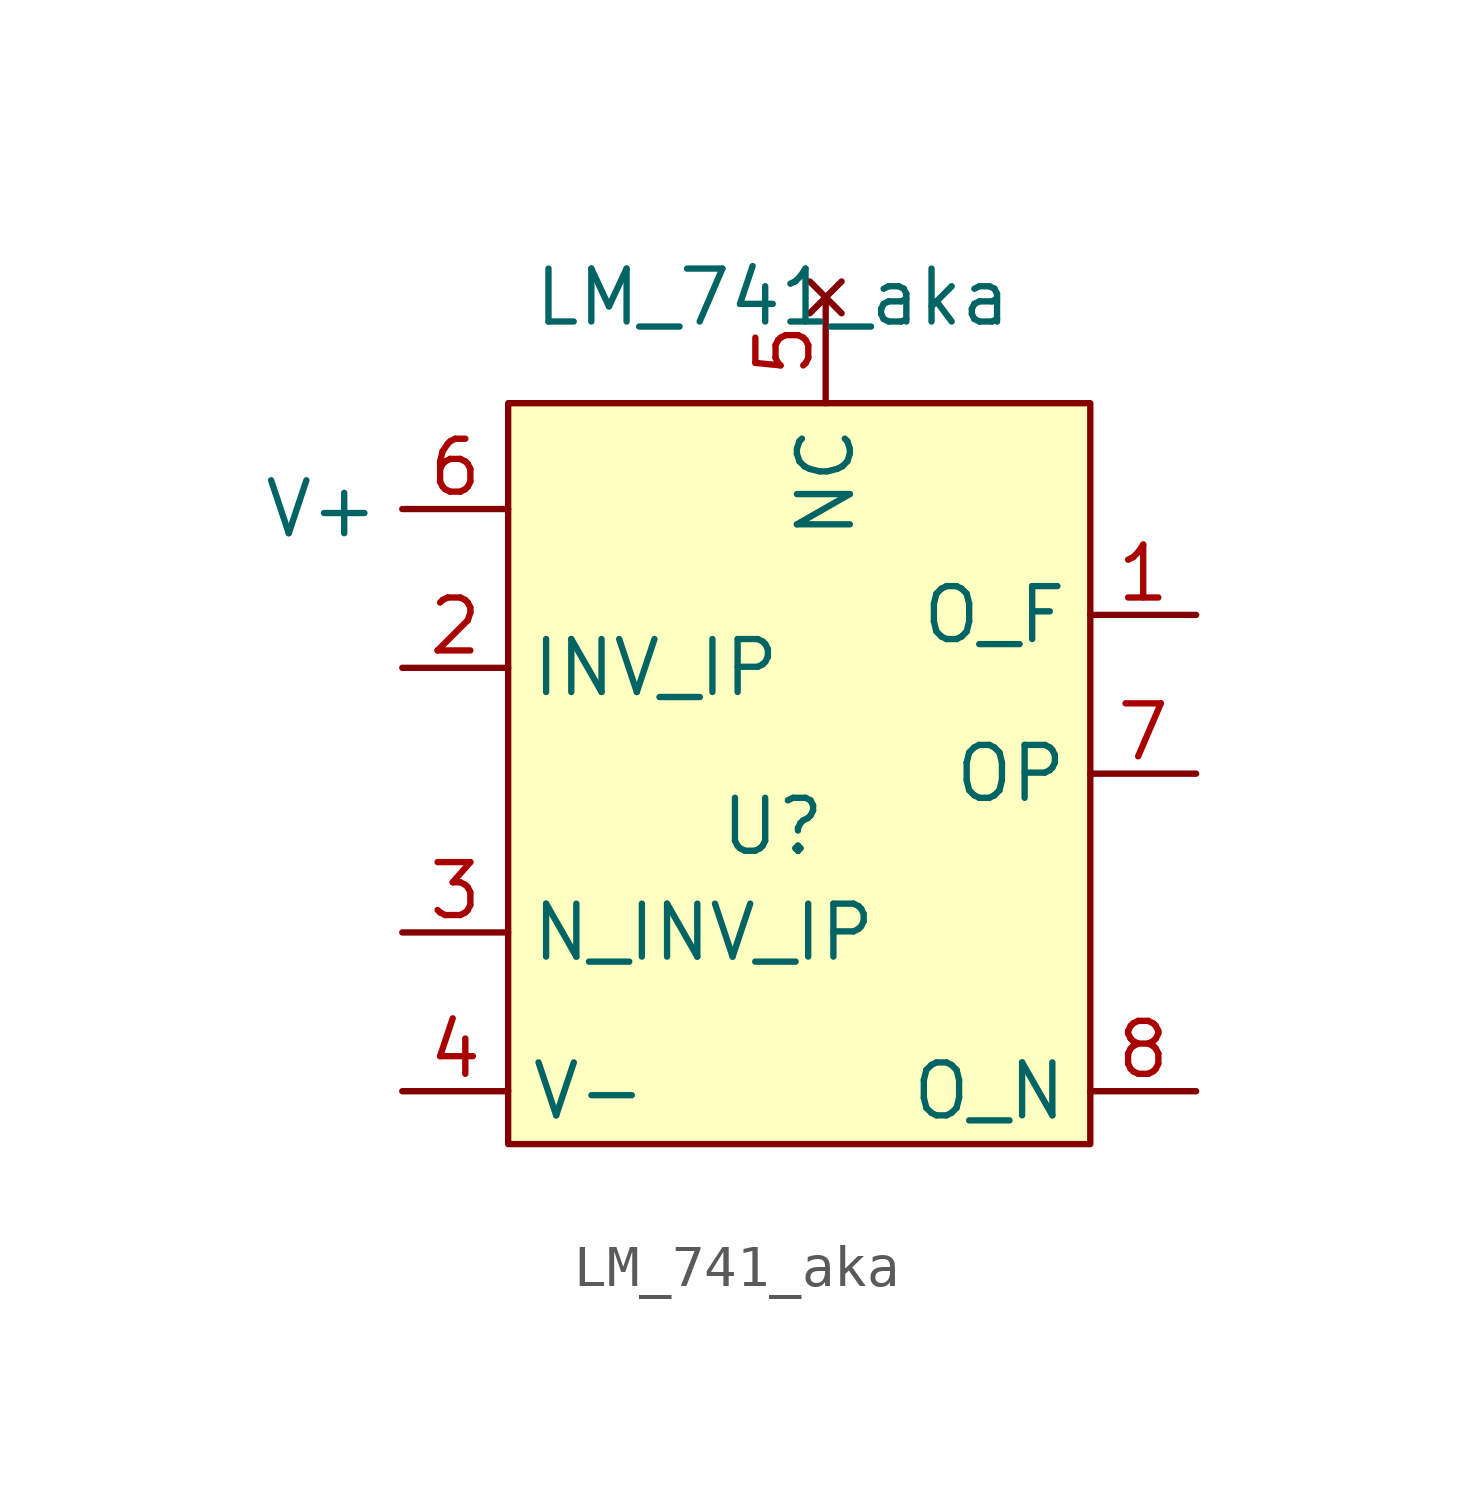
<source format=kicad_sym>
(kicad_symbol_lib
  (version 20211014)
  (generator kicad_symbol_editor)
  (symbol "LM_741_aka"
    (property "Reference" "U"
      (at 0 -1.27 0)
      (effects (font (size 1.27 1.27))))
    (property "Value" "LM_741_aka"
      (at 0 11.43 0)
      (effects (font (size 1.27 1.27))))
    (symbol "LM_741_aka_0_1"
      (rectangle (start -6.35 8.89) (end 7.62 -8.89) (stroke (width 0) (type default) (color 0 0 0 0)) (fill (type background))))
    (symbol "LM_741_aka_1_1"
      (pin input line (at 10.16 3.81 180) (length 2.54) (name "O_F" (effects (font (size 1.27 1.27)))) (number "1" (effects (font (size 1.27 1.27)))))
      (pin input line (at -8.89 2.54 0) (length 2.54) (name "INV_IP" (effects (font (size 1.27 1.27)))) (number "2" (effects (font (size 1.27 1.27)))))
      (pin input line (at -8.89 -3.81 0) (length 2.54) (name "N_INV_IP" (effects (font (size 1.27 1.27)))) (number "3" (effects (font (size 1.27 1.27)))))
      (pin input line (at -8.89 -7.62 0) (length 2.54) (name "V-" (effects (font (size 1.27 1.27)))) (number "4" (effects (font (size 1.27 1.27)))))
      (pin no_connect line (at 1.27 11.43 270) (length 2.54) (name "NC" (effects (font (size 1.27 1.27)))) (number "5" (effects (font (size 1.27 1.27)))))
      (pin input line (at -6.35 6.35 180) (length 2.54) (name "V+" (effects (font (size 1.27 1.27)))) (number "6" (effects (font (size 1.27 1.27)))))
      (pin output line (at 10.16 0 180) (length 2.54) (name "OP" (effects (font (size 1.27 1.27)))) (number "7" (effects (font (size 1.27 1.27)))))
      (pin input line (at 10.16 -7.62 180) (length 2.54) (name "O_N" (effects (font (size 1.27 1.27)))) (number "8" (effects (font (size 1.27 1.27))))))))
</source>
